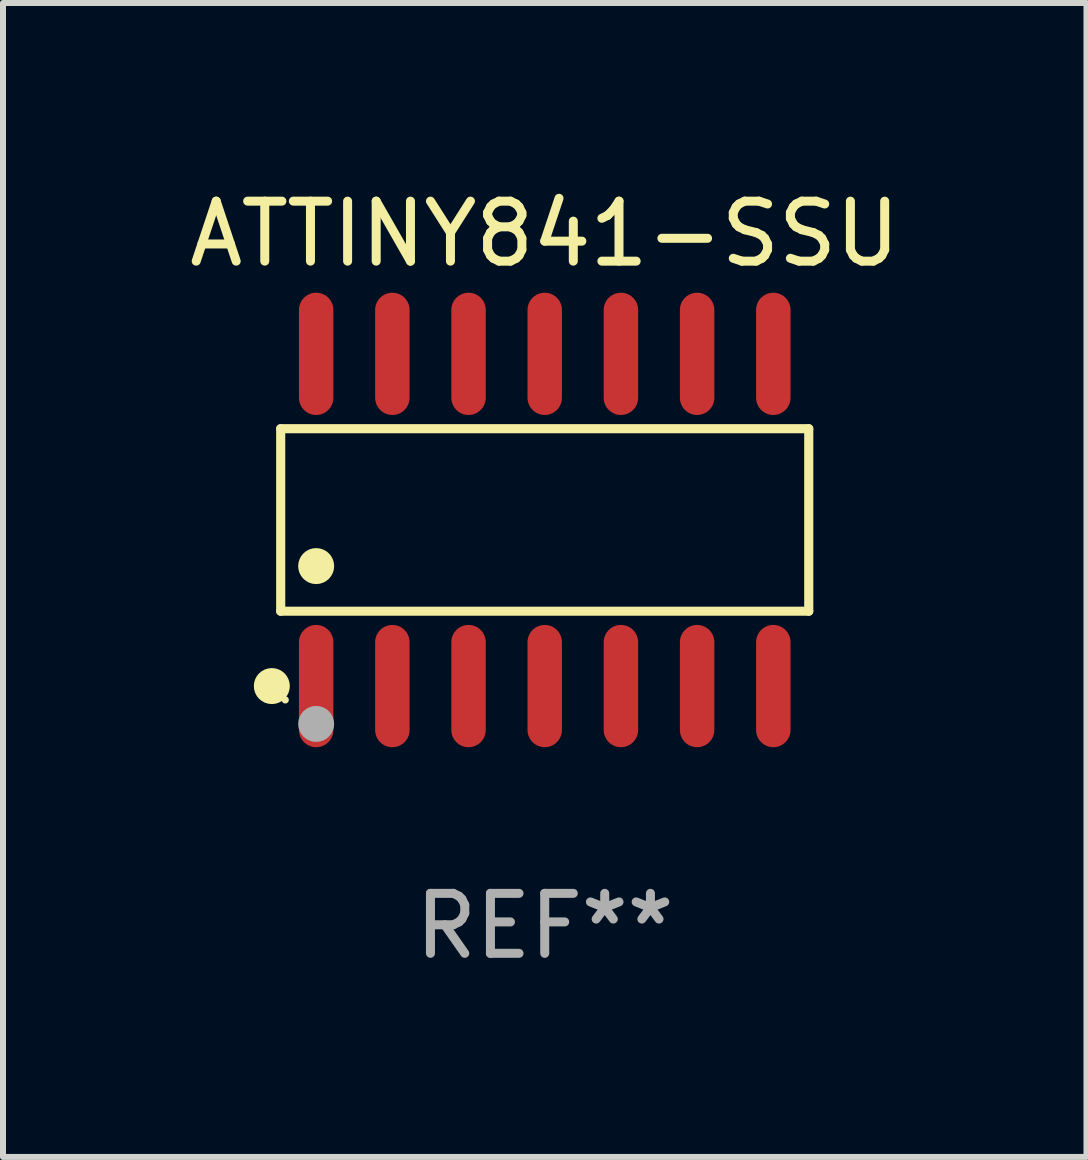
<source format=kicad_pcb>
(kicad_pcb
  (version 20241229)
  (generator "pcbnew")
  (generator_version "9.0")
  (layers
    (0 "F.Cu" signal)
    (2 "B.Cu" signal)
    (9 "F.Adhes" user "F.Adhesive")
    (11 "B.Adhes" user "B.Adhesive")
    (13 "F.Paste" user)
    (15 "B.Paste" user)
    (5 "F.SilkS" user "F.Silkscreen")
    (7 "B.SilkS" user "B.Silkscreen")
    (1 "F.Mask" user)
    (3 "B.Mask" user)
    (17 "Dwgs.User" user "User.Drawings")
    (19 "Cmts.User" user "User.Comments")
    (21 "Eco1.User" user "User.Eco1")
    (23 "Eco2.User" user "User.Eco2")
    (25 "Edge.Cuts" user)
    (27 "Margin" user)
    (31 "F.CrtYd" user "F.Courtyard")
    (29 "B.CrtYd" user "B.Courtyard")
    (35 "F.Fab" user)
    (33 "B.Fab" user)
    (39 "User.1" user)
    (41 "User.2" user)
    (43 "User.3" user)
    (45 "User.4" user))
  (footprint "ATTINY841-SSU"
    (layer "F.Cu")
    (at 6.03 5.617)
    (property "Reference" "ATTINY841-SSU" (at 0 -4.769 0) (layer "F.SilkS") (effects (font (size 1 1) (thickness 0.15))))
    (attr through_hole)
    (fp_line (start -4.401 -1.521) (end 4.401 -1.521) (stroke (width 0.152) (type solid)) (layer "F.SilkS"))
    (fp_line (start -4.401 1.521) (end -4.401 -1.521) (stroke (width 0.152) (type solid)) (layer "F.SilkS"))
    (fp_line (start 4.401 -1.521) (end 4.401 1.521) (stroke (width 0.152) (type solid)) (layer "F.SilkS"))
    (fp_line (start 4.401 1.521) (end -4.401 1.521) (stroke (width 0.152) (type solid)) (layer "F.SilkS"))
    (fp_circle (center -4.549 2.769) (end -4.399 2.769) (stroke (width 0.3) (type solid)) (fill no) (layer "F.SilkS"))
    (fp_circle (center -4.325 3) (end -4.295 3) (stroke (width 0.06) (type solid)) (fill no) (layer "F.SilkS"))
    (fp_circle (center -3.81 0.769) (end -3.66 0.769) (stroke (width 0.3) (type solid)) (fill no) (layer "F.SilkS"))
    (fp_circle (center -3.81 3.4) (end -3.66 3.4) (stroke (width 0.3) (type solid)) (fill no) (layer "F.Fab"))
    (fp_text user "REF**" (at 0 6.769 0) (layer "F.Fab") (effects (font (size 1 1) (thickness 0.15))))
    (pad "1" smd oval (at -3.81 2.769) (size 0.574 2.038) (layers "F.Cu" "F.Mask" "F.Paste"))
    (pad "2" smd oval (at -2.54 2.769) (size 0.574 2.038) (layers "F.Cu" "F.Mask" "F.Paste"))
    (pad "3" smd oval (at -1.27 2.769) (size 0.574 2.038) (layers "F.Cu" "F.Mask" "F.Paste"))
    (pad "4" smd oval (at 0 2.769) (size 0.574 2.038) (layers "F.Cu" "F.Mask" "F.Paste"))
    (pad "5" smd oval (at 1.27 2.769) (size 0.574 2.038) (layers "F.Cu" "F.Mask" "F.Paste"))
    (pad "6" smd oval (at 2.54 2.769) (size 0.574 2.038) (layers "F.Cu" "F.Mask" "F.Paste"))
    (pad "7" smd oval (at 3.81 2.769) (size 0.574 2.038) (layers "F.Cu" "F.Mask" "F.Paste"))
    (pad "8" smd oval (at 3.81 -2.769) (size 0.574 2.038) (layers "F.Cu" "F.Mask" "F.Paste"))
    (pad "9" smd oval (at 2.54 -2.769) (size 0.574 2.038) (layers "F.Cu" "F.Mask" "F.Paste"))
    (pad "10" smd oval (at 1.27 -2.769) (size 0.574 2.038) (layers "F.Cu" "F.Mask" "F.Paste"))
    (pad "11" smd oval (at 0 -2.769) (size 0.574 2.038) (layers "F.Cu" "F.Mask" "F.Paste"))
    (pad "12" smd oval (at -1.27 -2.769) (size 0.574 2.038) (layers "F.Cu" "F.Mask" "F.Paste"))
    (pad "13" smd oval (at -2.54 -2.769) (size 0.574 2.038) (layers "F.Cu" "F.Mask" "F.Paste"))
    (pad "14" smd oval (at -3.81 -2.769) (size 0.574 2.038) (layers "F.Cu" "F.Mask" "F.Paste")))
  (gr_rect
    (start -3 -3)
    (end 15.06 16.235)
    (stroke (width 0.1) (type default))
    (fill no)
    (layer "Edge.Cuts")))
</source>
